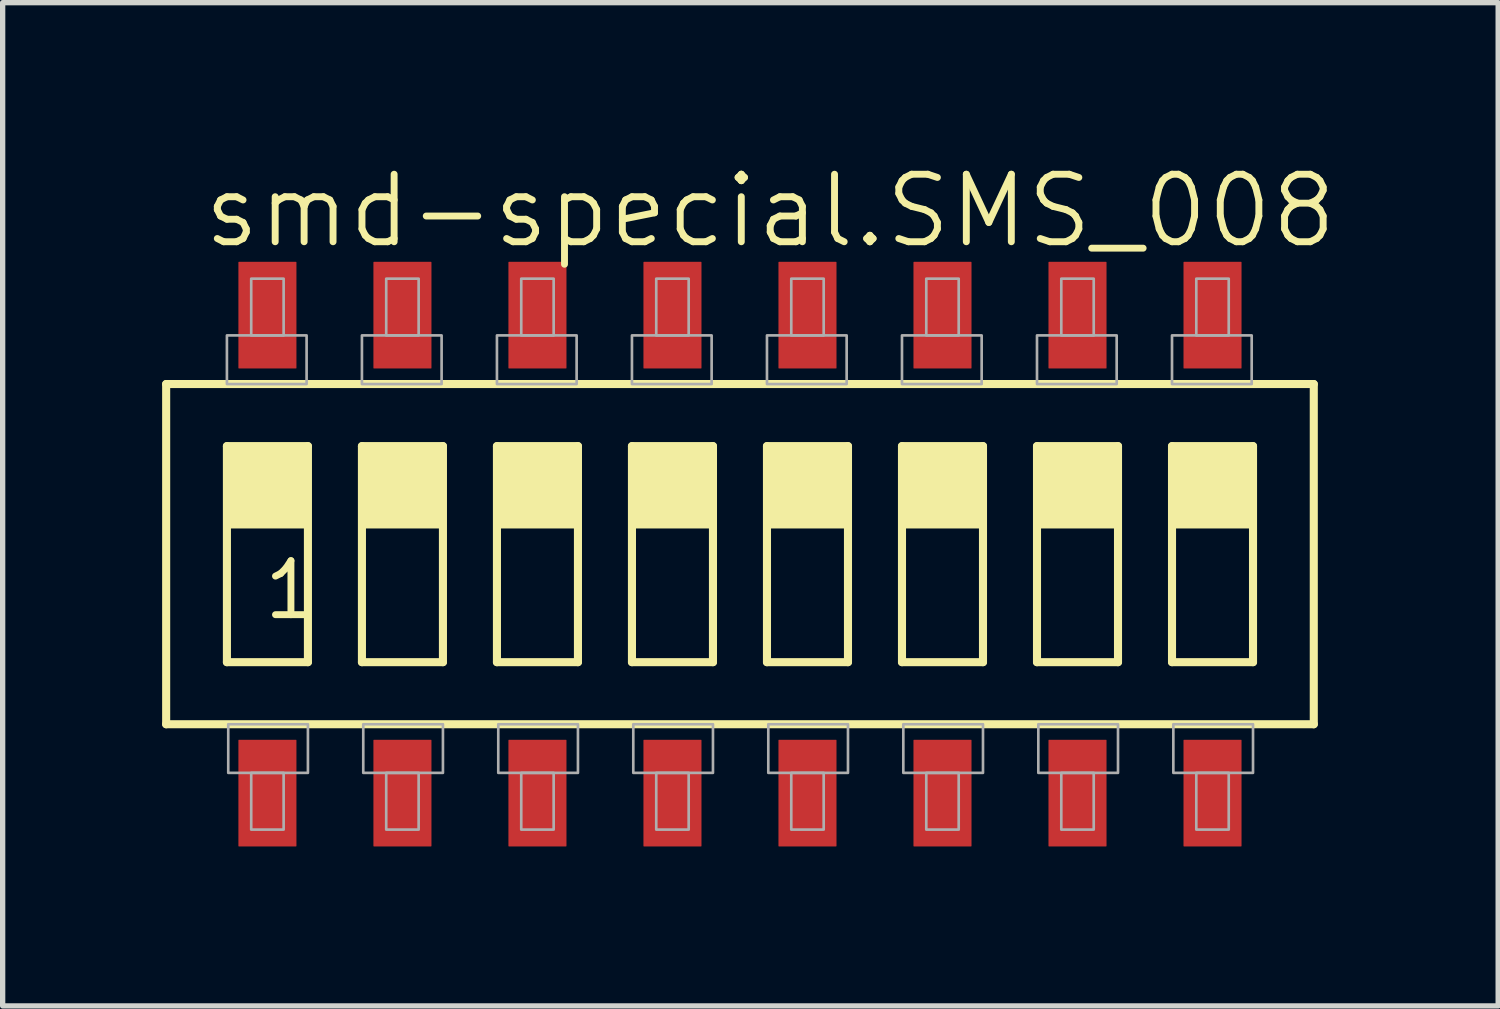
<source format=kicad_pcb>
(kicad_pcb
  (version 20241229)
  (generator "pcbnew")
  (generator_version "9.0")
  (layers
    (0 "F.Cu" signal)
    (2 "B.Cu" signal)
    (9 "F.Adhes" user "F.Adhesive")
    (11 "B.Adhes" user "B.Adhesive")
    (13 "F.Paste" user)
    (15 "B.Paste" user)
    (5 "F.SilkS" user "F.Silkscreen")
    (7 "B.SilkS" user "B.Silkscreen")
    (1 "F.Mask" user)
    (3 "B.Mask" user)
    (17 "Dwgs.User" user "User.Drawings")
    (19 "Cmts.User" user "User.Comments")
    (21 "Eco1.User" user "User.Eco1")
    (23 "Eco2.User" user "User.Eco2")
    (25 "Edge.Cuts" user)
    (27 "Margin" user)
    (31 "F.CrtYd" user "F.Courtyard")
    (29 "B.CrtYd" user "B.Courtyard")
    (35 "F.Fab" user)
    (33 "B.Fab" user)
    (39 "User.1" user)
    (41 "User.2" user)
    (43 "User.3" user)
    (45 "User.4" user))
  (footprint "smd-special.SMS_008"
    (layer "F.Cu")
    (at 10.871 7.375)
    (property "Reference" "smd-special.SMS_008" (at -10.16 -5.715 0) (layer "F.SilkS") (effects (font (size 1.27 1.27) (thickness 0.13)) (justify left bottom)))
    (attr smd)
    (fp_line (start -10.795 3.2) (end -10.795 -3.2) (stroke (width 0.152) (type default)) (layer "F.SilkS"))
    (fp_line (start -10.795 3.2) (end 10.795 3.2) (stroke (width 0.152) (type default)) (layer "F.SilkS"))
    (fp_line (start -9.652 -2.032) (end -8.128 -2.032) (stroke (width 0.152) (type default)) (layer "F.SilkS"))
    (fp_line (start -9.652 2.032) (end -9.652 -2.032) (stroke (width 0.152) (type default)) (layer "F.SilkS"))
    (fp_line (start -8.128 -2.032) (end -8.128 2.032) (stroke (width 0.152) (type default)) (layer "F.SilkS"))
    (fp_line (start -8.128 2.032) (end -9.652 2.032) (stroke (width 0.152) (type default)) (layer "F.SilkS"))
    (fp_line (start -7.112 -2.032) (end -5.588 -2.032) (stroke (width 0.152) (type default)) (layer "F.SilkS"))
    (fp_line (start -7.112 2.032) (end -7.112 -2.032) (stroke (width 0.152) (type default)) (layer "F.SilkS"))
    (fp_line (start -5.588 -2.032) (end -5.588 2.032) (stroke (width 0.152) (type default)) (layer "F.SilkS"))
    (fp_line (start -5.588 2.032) (end -7.112 2.032) (stroke (width 0.152) (type default)) (layer "F.SilkS"))
    (fp_line (start -4.572 -2.032) (end -3.048 -2.032) (stroke (width 0.152) (type default)) (layer "F.SilkS"))
    (fp_line (start -4.572 2.032) (end -4.572 -2.032) (stroke (width 0.152) (type default)) (layer "F.SilkS"))
    (fp_line (start -3.048 -2.032) (end -3.048 2.032) (stroke (width 0.152) (type default)) (layer "F.SilkS"))
    (fp_line (start -3.048 2.032) (end -4.572 2.032) (stroke (width 0.152) (type default)) (layer "F.SilkS"))
    (fp_line (start -2.032 -2.032) (end -0.508 -2.032) (stroke (width 0.152) (type default)) (layer "F.SilkS"))
    (fp_line (start -2.032 2.032) (end -2.032 -2.032) (stroke (width 0.152) (type default)) (layer "F.SilkS"))
    (fp_line (start -0.508 -2.032) (end -0.508 2.032) (stroke (width 0.152) (type default)) (layer "F.SilkS"))
    (fp_line (start -0.508 2.032) (end -2.032 2.032) (stroke (width 0.152) (type default)) (layer "F.SilkS"))
    (fp_line (start 0.508 -2.032) (end 2.032 -2.032) (stroke (width 0.152) (type default)) (layer "F.SilkS"))
    (fp_line (start 0.508 2.032) (end 0.508 -2.032) (stroke (width 0.152) (type default)) (layer "F.SilkS"))
    (fp_line (start 2.032 -2.032) (end 2.032 2.032) (stroke (width 0.152) (type default)) (layer "F.SilkS"))
    (fp_line (start 2.032 2.032) (end 0.508 2.032) (stroke (width 0.152) (type default)) (layer "F.SilkS"))
    (fp_line (start 3.048 -2.032) (end 4.572 -2.032) (stroke (width 0.152) (type default)) (layer "F.SilkS"))
    (fp_line (start 3.048 2.032) (end 3.048 -2.032) (stroke (width 0.152) (type default)) (layer "F.SilkS"))
    (fp_line (start 4.572 -2.032) (end 4.572 2.032) (stroke (width 0.152) (type default)) (layer "F.SilkS"))
    (fp_line (start 4.572 2.032) (end 3.048 2.032) (stroke (width 0.152) (type default)) (layer "F.SilkS"))
    (fp_line (start 5.588 -2.032) (end 7.112 -2.032) (stroke (width 0.152) (type default)) (layer "F.SilkS"))
    (fp_line (start 5.588 2.032) (end 5.588 -2.032) (stroke (width 0.152) (type default)) (layer "F.SilkS"))
    (fp_line (start 7.112 -2.032) (end 7.112 2.032) (stroke (width 0.152) (type default)) (layer "F.SilkS"))
    (fp_line (start 7.112 2.032) (end 5.588 2.032) (stroke (width 0.152) (type default)) (layer "F.SilkS"))
    (fp_line (start 8.128 -2.032) (end 9.652 -2.032) (stroke (width 0.152) (type default)) (layer "F.SilkS"))
    (fp_line (start 8.128 2.032) (end 8.128 -2.032) (stroke (width 0.152) (type default)) (layer "F.SilkS"))
    (fp_line (start 9.652 -2.032) (end 9.652 2.032) (stroke (width 0.152) (type default)) (layer "F.SilkS"))
    (fp_line (start 9.652 2.032) (end 8.128 2.032) (stroke (width 0.152) (type default)) (layer "F.SilkS"))
    (fp_line (start 10.795 -3.2) (end -10.795 -3.2) (stroke (width 0.152) (type default)) (layer "F.SilkS"))
    (fp_line (start 10.795 -3.2) (end 10.795 3.2) (stroke (width 0.152) (type default)) (layer "F.SilkS"))
    (fp_rect (start -9.652 -0.508) (end -8.128 -2.032) (stroke (width 0.05) (type default)) (fill yes) (layer "F.SilkS"))
    (fp_rect (start -7.112 -0.508) (end -5.588 -2.032) (stroke (width 0.05) (type default)) (fill yes) (layer "F.SilkS"))
    (fp_rect (start -4.572 -0.508) (end -3.048 -2.032) (stroke (width 0.05) (type default)) (fill yes) (layer "F.SilkS"))
    (fp_rect (start -2.032 -0.508) (end -0.508 -2.032) (stroke (width 0.05) (type default)) (fill yes) (layer "F.SilkS"))
    (fp_rect (start 0.508 -0.508) (end 2.032 -2.032) (stroke (width 0.05) (type default)) (fill yes) (layer "F.SilkS"))
    (fp_rect (start 3.048 -0.508) (end 4.572 -2.032) (stroke (width 0.05) (type default)) (fill yes) (layer "F.SilkS"))
    (fp_rect (start 5.588 -0.508) (end 7.112 -2.032) (stroke (width 0.05) (type default)) (fill yes) (layer "F.SilkS"))
    (fp_rect (start 8.128 -0.508) (end 9.652 -2.032) (stroke (width 0.05) (type default)) (fill yes) (layer "F.SilkS"))
    (fp_rect (start -9.652 -3.2) (end -8.153 -4.115) (stroke (width 0.05) (type default)) (fill no) (layer "F.Fab"))
    (fp_rect (start -9.627 4.115) (end -8.128 3.2) (stroke (width 0.05) (type default)) (fill no) (layer "F.Fab"))
    (fp_rect (start -9.195 -4.115) (end -8.585 -5.182) (stroke (width 0.05) (type default)) (fill no) (layer "F.Fab"))
    (fp_rect (start -9.195 5.182) (end -8.585 4.115) (stroke (width 0.05) (type default)) (fill no) (layer "F.Fab"))
    (fp_rect (start -7.112 -3.2) (end -5.613 -4.115) (stroke (width 0.05) (type default)) (fill no) (layer "F.Fab"))
    (fp_rect (start -7.087 4.115) (end -5.588 3.2) (stroke (width 0.05) (type default)) (fill no) (layer "F.Fab"))
    (fp_rect (start -6.655 -4.115) (end -6.045 -5.182) (stroke (width 0.05) (type default)) (fill no) (layer "F.Fab"))
    (fp_rect (start -6.655 5.182) (end -6.045 4.115) (stroke (width 0.05) (type default)) (fill no) (layer "F.Fab"))
    (fp_rect (start -4.572 -3.2) (end -3.073 -4.115) (stroke (width 0.05) (type default)) (fill no) (layer "F.Fab"))
    (fp_rect (start -4.547 4.115) (end -3.048 3.2) (stroke (width 0.05) (type default)) (fill no) (layer "F.Fab"))
    (fp_rect (start -4.115 -4.115) (end -3.505 -5.182) (stroke (width 0.05) (type default)) (fill no) (layer "F.Fab"))
    (fp_rect (start -4.115 5.182) (end -3.505 4.115) (stroke (width 0.05) (type default)) (fill no) (layer "F.Fab"))
    (fp_rect (start -2.032 -3.2) (end -0.533 -4.115) (stroke (width 0.05) (type default)) (fill no) (layer "F.Fab"))
    (fp_rect (start -2.007 4.115) (end -0.508 3.2) (stroke (width 0.05) (type default)) (fill no) (layer "F.Fab"))
    (fp_rect (start -1.575 -4.115) (end -0.965 -5.182) (stroke (width 0.05) (type default)) (fill no) (layer "F.Fab"))
    (fp_rect (start -1.575 5.182) (end -0.965 4.115) (stroke (width 0.05) (type default)) (fill no) (layer "F.Fab"))
    (fp_rect (start 0.508 -3.2) (end 2.007 -4.115) (stroke (width 0.05) (type default)) (fill no) (layer "F.Fab"))
    (fp_rect (start 0.533 4.115) (end 2.032 3.2) (stroke (width 0.05) (type default)) (fill no) (layer "F.Fab"))
    (fp_rect (start 0.965 -4.115) (end 1.575 -5.182) (stroke (width 0.05) (type default)) (fill no) (layer "F.Fab"))
    (fp_rect (start 0.965 5.182) (end 1.575 4.115) (stroke (width 0.05) (type default)) (fill no) (layer "F.Fab"))
    (fp_rect (start 3.048 -3.2) (end 4.547 -4.115) (stroke (width 0.05) (type default)) (fill no) (layer "F.Fab"))
    (fp_rect (start 3.073 4.115) (end 4.572 3.2) (stroke (width 0.05) (type default)) (fill no) (layer "F.Fab"))
    (fp_rect (start 3.505 -4.115) (end 4.115 -5.182) (stroke (width 0.05) (type default)) (fill no) (layer "F.Fab"))
    (fp_rect (start 3.505 5.182) (end 4.115 4.115) (stroke (width 0.05) (type default)) (fill no) (layer "F.Fab"))
    (fp_rect (start 5.588 -3.2) (end 7.087 -4.115) (stroke (width 0.05) (type default)) (fill no) (layer "F.Fab"))
    (fp_rect (start 5.613 4.115) (end 7.112 3.2) (stroke (width 0.05) (type default)) (fill no) (layer "F.Fab"))
    (fp_rect (start 6.045 -4.115) (end 6.655 -5.182) (stroke (width 0.05) (type default)) (fill no) (layer "F.Fab"))
    (fp_rect (start 6.045 5.182) (end 6.655 4.115) (stroke (width 0.05) (type default)) (fill no) (layer "F.Fab"))
    (fp_rect (start 8.128 -3.2) (end 9.627 -4.115) (stroke (width 0.05) (type default)) (fill no) (layer "F.Fab"))
    (fp_rect (start 8.153 4.115) (end 9.652 3.2) (stroke (width 0.05) (type default)) (fill no) (layer "F.Fab"))
    (fp_rect (start 8.585 -4.115) (end 9.195 -5.182) (stroke (width 0.05) (type default)) (fill no) (layer "F.Fab"))
    (fp_rect (start 8.585 5.182) (end 9.195 4.115) (stroke (width 0.05) (type default)) (fill no) (layer "F.Fab"))
    (fp_text user "1" (at -9.017 1.27 0) (layer "F.SilkS") (effects (font (size 1.016 1.016) (thickness 0.13)) (justify left bottom)))
    (pad "1" smd roundrect (at -8.89 4.496) (size 1.092 2.007) (layers "F.Cu" "F.Mask" "F.Paste") (roundrect_rratio 0.01))
    (pad "2" smd roundrect (at -6.35 4.496) (size 1.092 2.007) (layers "F.Cu" "F.Mask" "F.Paste") (roundrect_rratio 0.01))
    (pad "3" smd roundrect (at -3.81 4.496) (size 1.092 2.007) (layers "F.Cu" "F.Mask" "F.Paste") (roundrect_rratio 0.01))
    (pad "4" smd roundrect (at -1.27 4.496) (size 1.092 2.007) (layers "F.Cu" "F.Mask" "F.Paste") (roundrect_rratio 0.01))
    (pad "5" smd roundrect (at 1.27 4.496) (size 1.092 2.007) (layers "F.Cu" "F.Mask" "F.Paste") (roundrect_rratio 0.01))
    (pad "6" smd roundrect (at 3.81 4.496) (size 1.092 2.007) (layers "F.Cu" "F.Mask" "F.Paste") (roundrect_rratio 0.01))
    (pad "7" smd roundrect (at 6.35 4.496) (size 1.092 2.007) (layers "F.Cu" "F.Mask" "F.Paste") (roundrect_rratio 0.01))
    (pad "8" smd roundrect (at 8.89 4.496) (size 1.092 2.007) (layers "F.Cu" "F.Mask" "F.Paste") (roundrect_rratio 0.01))
    (pad "9" smd roundrect (at 8.89 -4.496) (size 1.092 2.007) (layers "F.Cu" "F.Mask" "F.Paste") (roundrect_rratio 0.01))
    (pad "10" smd roundrect (at 6.35 -4.496) (size 1.092 2.007) (layers "F.Cu" "F.Mask" "F.Paste") (roundrect_rratio 0.01))
    (pad "11" smd roundrect (at 3.81 -4.496) (size 1.092 2.007) (layers "F.Cu" "F.Mask" "F.Paste") (roundrect_rratio 0.01))
    (pad "12" smd roundrect (at 1.27 -4.496) (size 1.092 2.007) (layers "F.Cu" "F.Mask" "F.Paste") (roundrect_rratio 0.01))
    (pad "13" smd roundrect (at -1.27 -4.496) (size 1.092 2.007) (layers "F.Cu" "F.Mask" "F.Paste") (roundrect_rratio 0.01))
    (pad "14" smd roundrect (at -3.81 -4.496) (size 1.092 2.007) (layers "F.Cu" "F.Mask" "F.Paste") (roundrect_rratio 0.01))
    (pad "15" smd roundrect (at -6.35 -4.496) (size 1.092 2.007) (layers "F.Cu" "F.Mask" "F.Paste") (roundrect_rratio 0.01))
    (pad "16" smd roundrect (at -8.89 -4.496) (size 1.092 2.007) (layers "F.Cu" "F.Mask" "F.Paste") (roundrect_rratio 0.01)))
  (gr_rect
    (start -3 -3)
    (end 25.135 15.874)
    (stroke (width 0.1) (type default))
    (fill no)
    (layer "Edge.Cuts")))
</source>
